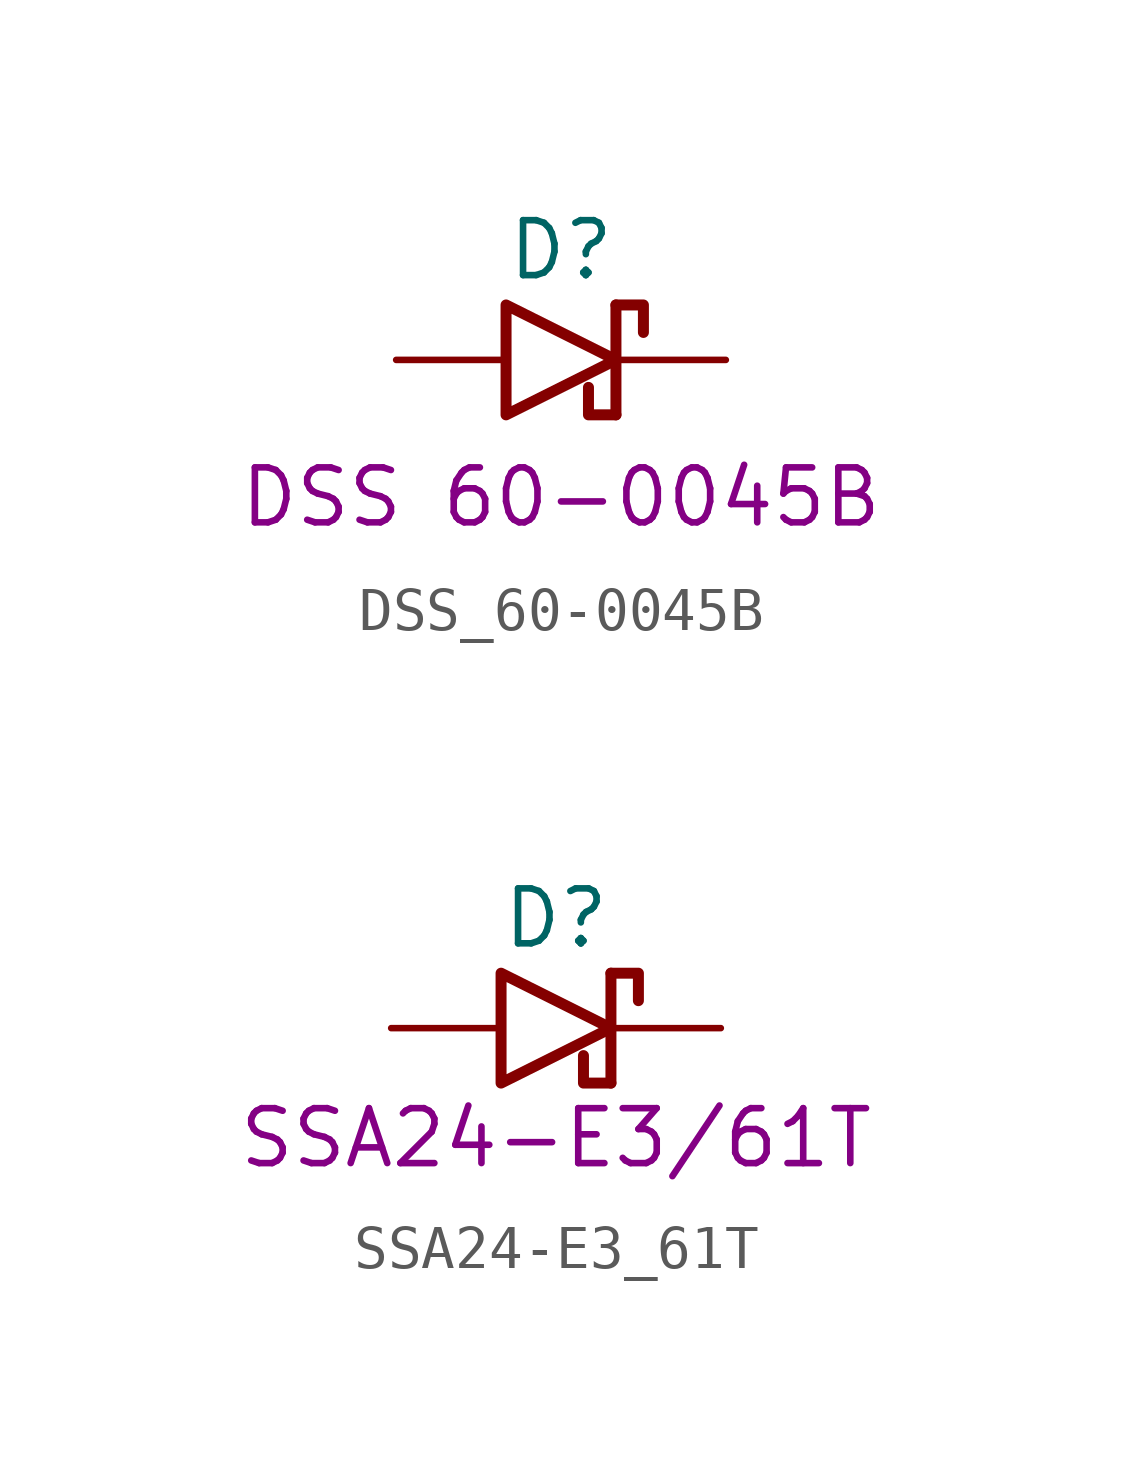
<source format=kicad_sym>
(kicad_symbol_lib
  (version 20211014)
  (generator kicad_symbol_editor)
  (symbol "DSS_60-0045B"
    (pin_numbers hide)
    (pin_names
      (offset 1.016) hide)
    (property "Reference" "D"
      (at 0 2.54 0)
      (effects (font (size 1.27 1.27))))
    (property "MPN" "DSS 60-0045B"
      (at 0 -3.175 0)
      (effects (font (size 1.27 1.27))))
    (symbol "DSS_60-0045B_0_1"
      (polyline (pts (xy 1.27 -1.27) (xy 0.635 -1.27) (xy 0.635 -0.635)) (stroke (width 0.254) (type default) (color 0 0 0 0)) (fill (type none)))
      (polyline (pts (xy 1.27 1.27) (xy 1.905 1.27) (xy 1.905 0.635)) (stroke (width 0.254) (type default) (color 0 0 0 0)) (fill (type none))))
    (symbol "DSS_60-0045B_1_1"
      (polyline (pts (xy 1.27 -1.27) (xy 1.27 1.27)) (stroke (width 0.254) (type default) (color 0 0 0 0)) (fill (type none)))
      (polyline (pts (xy -1.27 1.27) (xy 1.27 0) (xy -1.27 -1.27) (xy -1.27 1.27)) (stroke (width 0.254) (type default) (color 0 0 0 0)) (fill (type none)))
      (pin passive line (at -3.81 0 0) (length 2.54) (name "A" (effects (font (size 1.27 1.27)))) (number "A" (effects (font (size 1.27 1.27)))))
      (pin passive line (at 3.81 0 180) (length 2.54) (name "C" (effects (font (size 1.27 1.27)))) (number "C" (effects (font (size 1.27 1.27)))))))
  (symbol "SSA24-E3_61T"
    (pin_numbers hide)
    (pin_names
      (offset 1.016) hide)
    (property "Reference" "D"
      (at 0 2.54 0)
      (effects (font (size 1.27 1.27))))
    (property "MPN" "SSA24-E3/61T"
      (at 0 -2.54 0)
      (effects (font (size 1.27 1.27))))
    (symbol "SSA24-E3_61T_0_1"
      (polyline (pts (xy 1.27 -1.27) (xy 0.635 -1.27) (xy 0.635 -0.635)) (stroke (width 0.254) (type default) (color 0 0 0 0)) (fill (type none)))
      (polyline (pts (xy 1.27 1.27) (xy 1.905 1.27) (xy 1.905 0.635)) (stroke (width 0.254) (type default) (color 0 0 0 0)) (fill (type none))))
    (symbol "SSA24-E3_61T_1_1"
      (polyline (pts (xy 1.27 -1.27) (xy 1.27 1.27)) (stroke (width 0.254) (type default) (color 0 0 0 0)) (fill (type none)))
      (polyline (pts (xy -1.27 1.27) (xy 1.27 0) (xy -1.27 -1.27) (xy -1.27 1.27)) (stroke (width 0.254) (type default) (color 0 0 0 0)) (fill (type none)))
      (pin passive line (at -3.81 0 0) (length 2.54) (name "A" (effects (font (size 1.27 1.27)))) (number "A" (effects (font (size 1.27 1.27)))))
      (pin passive line (at 3.81 0 180) (length 2.54) (name "C" (effects (font (size 1.27 1.27)))) (number "C" (effects (font (size 1.27 1.27))))))))
</source>
